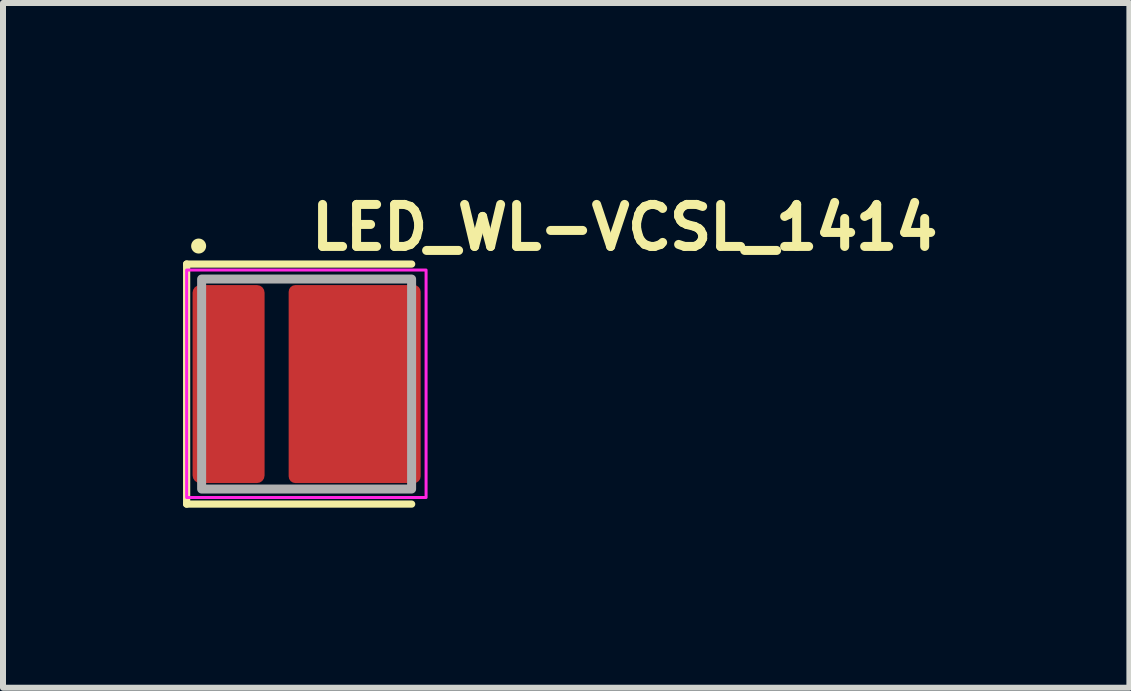
<source format=kicad_pcb>
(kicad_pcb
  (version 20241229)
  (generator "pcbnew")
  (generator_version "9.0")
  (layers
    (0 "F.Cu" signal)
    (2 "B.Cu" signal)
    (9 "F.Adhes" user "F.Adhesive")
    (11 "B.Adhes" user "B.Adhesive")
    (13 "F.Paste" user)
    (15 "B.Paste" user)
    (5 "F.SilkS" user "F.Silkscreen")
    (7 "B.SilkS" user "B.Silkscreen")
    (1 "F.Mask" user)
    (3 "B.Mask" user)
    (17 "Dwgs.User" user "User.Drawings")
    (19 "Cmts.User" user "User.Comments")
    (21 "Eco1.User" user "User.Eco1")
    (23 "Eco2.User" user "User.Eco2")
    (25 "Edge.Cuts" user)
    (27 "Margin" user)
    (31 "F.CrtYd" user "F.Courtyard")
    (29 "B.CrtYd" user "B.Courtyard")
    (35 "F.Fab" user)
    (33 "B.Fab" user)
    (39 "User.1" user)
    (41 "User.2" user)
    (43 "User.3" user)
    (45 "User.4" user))
  (footprint "LED_WL-VCSL_1414"
    (layer "F.Cu")
    (at 2.06 3.35)
    (property "Reference" "LED_WL-VCSL_1414" (at 0 -2.2 0) (unlocked yes) (layer "F.SilkS") (effects (font (size 0.7 0.7) (thickness 0.15)) (justify left bottom)))
    (attr smd)
    (fp_line (start -2 -2) (end -2 2) (stroke (width 0.12) (type solid)) (layer "F.SilkS"))
    (fp_line (start -2 -2) (end 1.75 -2) (stroke (width 0.12) (type solid)) (layer "F.SilkS"))
    (fp_line (start -2 2) (end 1.75 2) (stroke (width 0.12) (type solid)) (layer "F.SilkS"))
    (fp_circle (center -1.8 -2.3) (end -1.75 -2.3) (stroke (width 0.15) (type solid)) (fill yes) (layer "F.SilkS"))
    (fp_rect (start -2 -1.9) (end 1.99 1.89) (stroke (width 0.05) (type solid)) (fill no) (layer "F.CrtYd"))
    (fp_rect (start -1.75 -1.75) (end 1.749 1.749) (stroke (width 0.15) (type solid)) (fill no) (layer "F.Fab"))
    (fp_line (start -1.75 -1.65) (end -1.75 1.65) (stroke (width 0.1) (type solid)) (layer "User.9"))
    (fp_line (start -1.75 -1.65) (end -1.75 1.65) (stroke (width 0.1) (type solid)) (layer "User.9"))
    (fp_line (start -1.75 1.65) (end -1.747 1.676) (stroke (width 0.1) (type solid)) (layer "User.9"))
    (fp_line (start -1.747 -1.676) (end -1.75 -1.65) (stroke (width 0.1) (type solid)) (layer "User.9"))
    (fp_line (start -1.747 1.676) (end -1.737 1.7) (stroke (width 0.1) (type solid)) (layer "User.9"))
    (fp_line (start -1.737 -1.7) (end -1.747 -1.676) (stroke (width 0.1) (type solid)) (layer "User.9"))
    (fp_line (start -1.737 1.7) (end -1.721 1.721) (stroke (width 0.1) (type solid)) (layer "User.9"))
    (fp_line (start -1.721 -1.721) (end -1.737 -1.7) (stroke (width 0.1) (type solid)) (layer "User.9"))
    (fp_line (start -1.721 1.721) (end -1.7 1.737) (stroke (width 0.1) (type solid)) (layer "User.9"))
    (fp_line (start -1.7 -1.737) (end -1.721 -1.721) (stroke (width 0.1) (type solid)) (layer "User.9"))
    (fp_line (start -1.7 1.737) (end -1.676 1.747) (stroke (width 0.1) (type solid)) (layer "User.9"))
    (fp_line (start -1.676 -1.747) (end -1.7 -1.737) (stroke (width 0.1) (type solid)) (layer "User.9"))
    (fp_line (start -1.676 1.747) (end -1.65 1.75) (stroke (width 0.1) (type solid)) (layer "User.9"))
    (fp_line (start -1.65 -1.75) (end -1.676 -1.747) (stroke (width 0.1) (type solid)) (layer "User.9"))
    (fp_line (start -1.65 1.75) (end 1.65 1.75) (stroke (width 0.1) (type solid)) (layer "User.9"))
    (fp_line (start -1.65 1.75) (end 1.65 1.75) (stroke (width 0.1) (type solid)) (layer "User.9"))
    (fp_line (start -1.5 -1.35) (end -1.5 1.35) (stroke (width 0.1) (type solid)) (layer "User.9"))
    (fp_line (start -1.5 -1.35) (end -1.5 1.35) (stroke (width 0.1) (type solid)) (layer "User.9"))
    (fp_line (start -1.5 1.35) (end 1.5 1.35) (stroke (width 0.1) (type solid)) (layer "User.9"))
    (fp_line (start -1.5 1.35) (end 1.5 1.35) (stroke (width 0.1) (type solid)) (layer "User.9"))
    (fp_line (start -1.449 -1.564) (end -1.442 -1.59) (stroke (width 0.1) (type solid)) (layer "User.9"))
    (fp_line (start -1.449 -1.536) (end -1.449 -1.564) (stroke (width 0.1) (type solid)) (layer "User.9"))
    (fp_line (start -1.442 -1.59) (end -1.428 -1.613) (stroke (width 0.1) (type solid)) (layer "User.9"))
    (fp_line (start -1.442 -1.51) (end -1.449 -1.536) (stroke (width 0.1) (type solid)) (layer "User.9"))
    (fp_line (start -1.428 -1.613) (end -1.408 -1.632) (stroke (width 0.1) (type solid)) (layer "User.9"))
    (fp_line (start -1.428 -1.487) (end -1.442 -1.51) (stroke (width 0.1) (type solid)) (layer "User.9"))
    (fp_line (start -1.408 -1.632) (end -1.383 -1.644) (stroke (width 0.1) (type solid)) (layer "User.9"))
    (fp_line (start -1.408 -1.468) (end -1.428 -1.487) (stroke (width 0.1) (type solid)) (layer "User.9"))
    (fp_line (start -1.383 -1.644) (end -1.357 -1.65) (stroke (width 0.1) (type solid)) (layer "User.9"))
    (fp_line (start -1.383 -1.456) (end -1.408 -1.468) (stroke (width 0.1) (type solid)) (layer "User.9"))
    (fp_line (start -1.357 -1.65) (end -1.33 -1.648) (stroke (width 0.1) (type solid)) (layer "User.9"))
    (fp_line (start -1.357 -1.45) (end -1.383 -1.456) (stroke (width 0.1) (type solid)) (layer "User.9"))
    (fp_line (start -1.33 -1.648) (end -1.304 -1.639) (stroke (width 0.1) (type solid)) (layer "User.9"))
    (fp_line (start -1.33 -1.452) (end -1.357 -1.45) (stroke (width 0.1) (type solid)) (layer "User.9"))
    (fp_line (start -1.304 -1.639) (end -1.282 -1.623) (stroke (width 0.1) (type solid)) (layer "User.9"))
    (fp_line (start -1.304 -1.461) (end -1.33 -1.452) (stroke (width 0.1) (type solid)) (layer "User.9"))
    (fp_line (start -1.282 -1.623) (end -1.265 -1.602) (stroke (width 0.1) (type solid)) (layer "User.9"))
    (fp_line (start -1.282 -1.477) (end -1.304 -1.461) (stroke (width 0.1) (type solid)) (layer "User.9"))
    (fp_line (start -1.265 -1.602) (end -1.254 -1.577) (stroke (width 0.1) (type solid)) (layer "User.9"))
    (fp_line (start -1.265 -1.498) (end -1.282 -1.477) (stroke (width 0.1) (type solid)) (layer "User.9"))
    (fp_line (start -1.254 -1.577) (end -1.25 -1.55) (stroke (width 0.1) (type solid)) (layer "User.9"))
    (fp_line (start -1.254 -1.523) (end -1.265 -1.498) (stroke (width 0.1) (type solid)) (layer "User.9"))
    (fp_line (start -1.25 -1.55) (end -1.254 -1.523) (stroke (width 0.1) (type solid)) (layer "User.9"))
    (fp_line (start 1.5 -1.35) (end -1.5 -1.35) (stroke (width 0.1) (type solid)) (layer "User.9"))
    (fp_line (start 1.5 -1.35) (end -1.5 -1.35) (stroke (width 0.1) (type solid)) (layer "User.9"))
    (fp_line (start 1.5 1.35) (end 1.5 -1.35) (stroke (width 0.1) (type solid)) (layer "User.9"))
    (fp_line (start 1.5 1.35) (end 1.5 -1.35) (stroke (width 0.1) (type solid)) (layer "User.9"))
    (fp_line (start 1.65 -1.75) (end -1.65 -1.75) (stroke (width 0.1) (type solid)) (layer "User.9"))
    (fp_line (start 1.65 -1.75) (end -1.65 -1.75) (stroke (width 0.1) (type solid)) (layer "User.9"))
    (fp_line (start 1.65 1.75) (end 1.676 1.747) (stroke (width 0.1) (type solid)) (layer "User.9"))
    (fp_line (start 1.676 -1.747) (end 1.65 -1.75) (stroke (width 0.1) (type solid)) (layer "User.9"))
    (fp_line (start 1.676 1.747) (end 1.7 1.737) (stroke (width 0.1) (type solid)) (layer "User.9"))
    (fp_line (start 1.7 -1.737) (end 1.676 -1.747) (stroke (width 0.1) (type solid)) (layer "User.9"))
    (fp_line (start 1.7 1.737) (end 1.721 1.721) (stroke (width 0.1) (type solid)) (layer "User.9"))
    (fp_line (start 1.721 -1.721) (end 1.7 -1.737) (stroke (width 0.1) (type solid)) (layer "User.9"))
    (fp_line (start 1.721 1.721) (end 1.737 1.7) (stroke (width 0.1) (type solid)) (layer "User.9"))
    (fp_line (start 1.737 -1.7) (end 1.721 -1.721) (stroke (width 0.1) (type solid)) (layer "User.9"))
    (fp_line (start 1.737 1.7) (end 1.747 1.676) (stroke (width 0.1) (type solid)) (layer "User.9"))
    (fp_line (start 1.747 -1.676) (end 1.737 -1.7) (stroke (width 0.1) (type solid)) (layer "User.9"))
    (fp_line (start 1.747 1.676) (end 1.75 1.65) (stroke (width 0.1) (type solid)) (layer "User.9"))
    (fp_line (start 1.75 -1.65) (end 1.747 -1.676) (stroke (width 0.1) (type solid)) (layer "User.9"))
    (fp_line (start 1.75 1.65) (end 1.75 -1.65) (stroke (width 0.1) (type solid)) (layer "User.9"))
    (fp_line (start 1.75 1.65) (end 1.75 -1.65) (stroke (width 0.1) (type solid)) (layer "User.9"))
    (pad "1" smd roundrect (at -1.301 0 90) (size 3.3 1.2) (layers "F.Cu" "F.Mask" "F.Paste") (roundrect_rratio 0.106))
    (pad "2" smd roundrect (at 0.8 0 90) (size 3.3 2.2) (layers "F.Cu" "F.Mask" "F.Paste") (roundrect_rratio 0.051)))
  (gr_rect
    (start -3 -3)
    (end 15.77 8.41)
    (stroke (width 0.1) (type default))
    (fill no)
    (layer "Edge.Cuts")))
</source>
